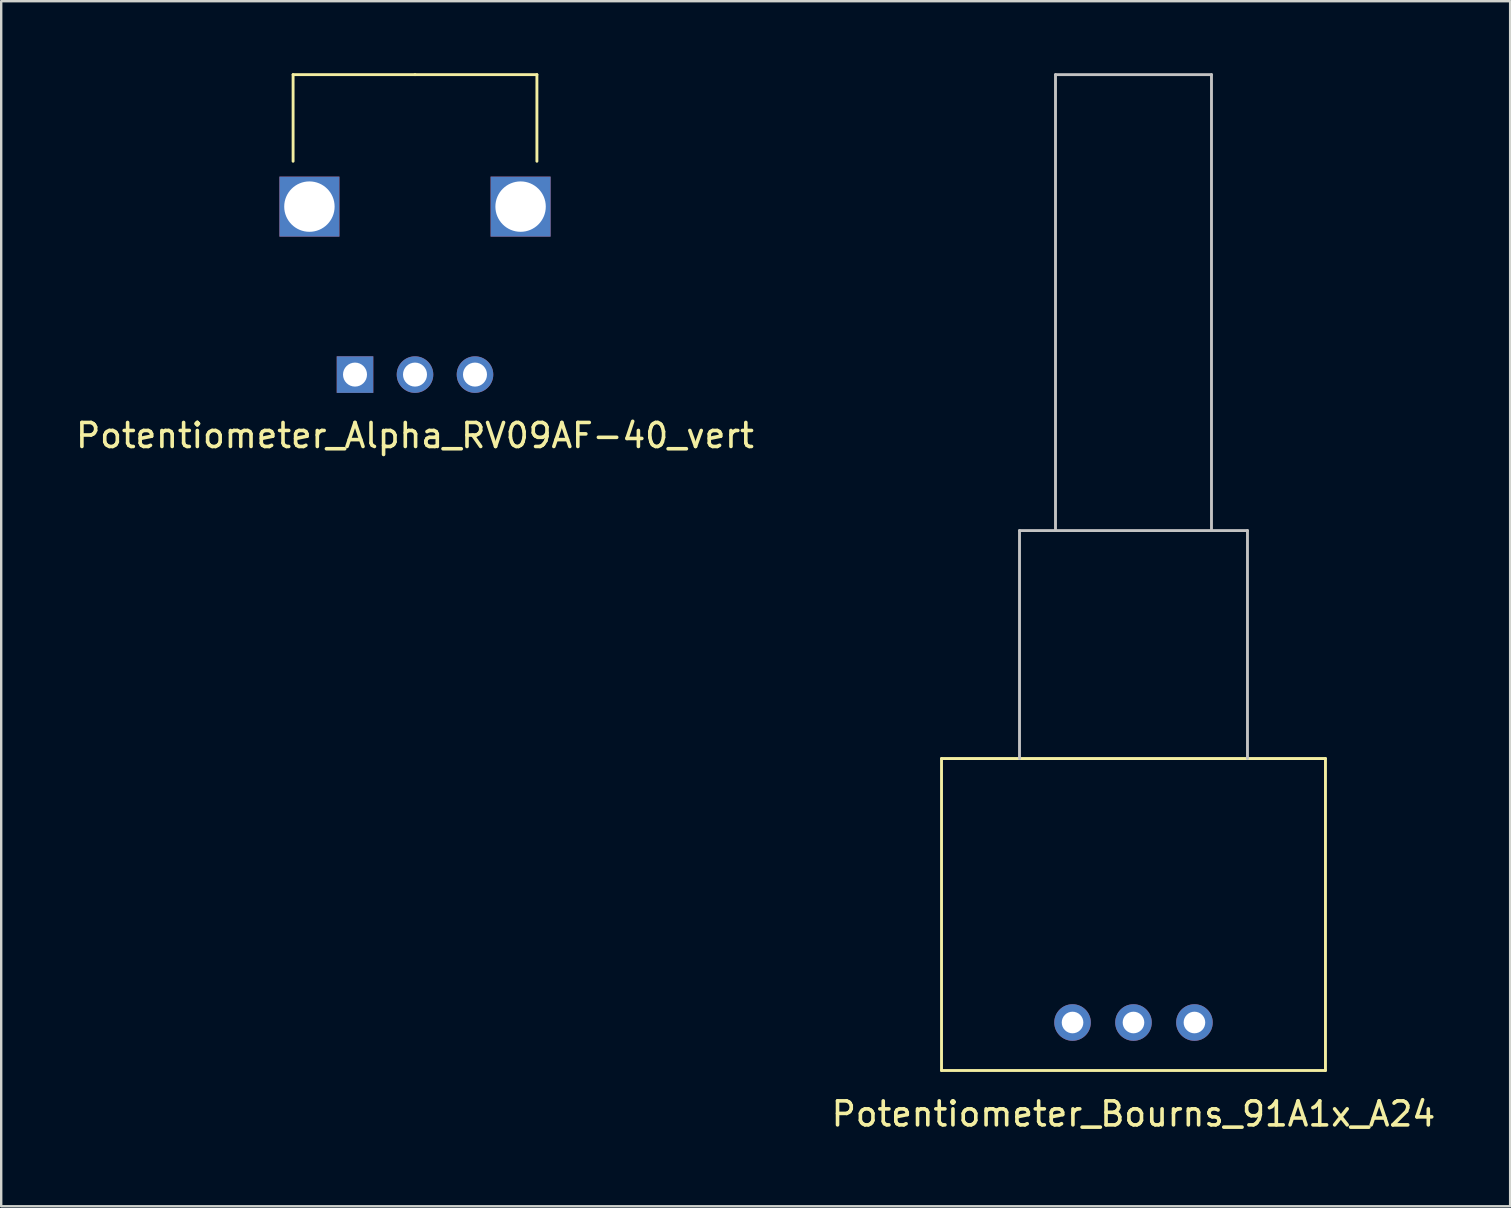
<source format=kicad_pcb>
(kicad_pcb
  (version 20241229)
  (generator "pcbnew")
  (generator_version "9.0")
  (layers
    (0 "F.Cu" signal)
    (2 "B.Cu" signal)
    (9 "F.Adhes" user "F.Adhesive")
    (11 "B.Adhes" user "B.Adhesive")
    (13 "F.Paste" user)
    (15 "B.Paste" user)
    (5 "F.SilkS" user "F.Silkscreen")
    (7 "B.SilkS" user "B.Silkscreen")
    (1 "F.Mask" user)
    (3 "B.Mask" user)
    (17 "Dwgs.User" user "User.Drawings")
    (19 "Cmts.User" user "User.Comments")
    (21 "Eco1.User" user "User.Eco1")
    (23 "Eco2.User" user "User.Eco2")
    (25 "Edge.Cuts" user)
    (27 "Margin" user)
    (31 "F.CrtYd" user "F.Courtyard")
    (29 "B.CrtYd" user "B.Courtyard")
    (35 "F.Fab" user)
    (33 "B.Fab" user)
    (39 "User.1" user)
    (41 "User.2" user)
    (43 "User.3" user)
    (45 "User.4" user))
  (footprint "Potentiometer_Alpha_RV09AF-40_vert"
    (layer "F.Cu")
    (at 14.244 12.56)
    (property "Reference" "Potentiometer_Alpha_RV09AF-40_vert" (at 0 2.54 0) (layer "F.SilkS") (effects (font (size 1 1) (thickness 0.15))))
    (attr through_hole)
    (fp_line (start -5.08 -12.5) (end -5.08 -8.89) (stroke (width 0.12) (type solid)) (layer "F.SilkS"))
    (fp_line (start 0 -12.5) (end -5.08 -12.5) (stroke (width 0.12) (type solid)) (layer "F.SilkS"))
    (fp_line (start 0 -12.5) (end 5.08 -12.5) (stroke (width 0.12) (type solid)) (layer "F.SilkS"))
    (fp_line (start 5.08 -12.5) (end 5.08 -8.89) (stroke (width 0.12) (type solid)) (layer "F.SilkS"))
    (pad "1" thru_hole rect (at -2.5 0) (size 1.524 1.524) (drill 1) (layers "*.Cu" "*.Mask"))
    (pad "2" thru_hole circle (at 0 0) (size 1.524 1.524) (drill 1) (layers "*.Cu" "*.Mask"))
    (pad "3" thru_hole circle (at 2.5 0) (size 1.524 1.524) (drill 1) (layers "*.Cu" "*.Mask"))
    (pad "4" thru_hole rect (at -4.4 -7) (size 2.5 2.5) (drill 2.1) (layers "*.Cu" "*.Mask"))
    (pad "5" thru_hole rect (at 4.4 -7) (size 2.5 2.5) (drill 2.1) (layers "*.Cu" "*.Mask")))
  (footprint "Potentiometer_Bourns_91A1x_A24"
    (layer "F.Cu")
    (at 44.185 39.56)
    (property "Reference" "Potentiometer_Bourns_91A1x_A24" (at 0 3.81 0) (layer "F.SilkS") (effects (font (size 1 1) (thickness 0.15))))
    (attr through_hole)
    (fp_line (start -8 -11) (end -8 2) (stroke (width 0.12) (type solid)) (layer "F.SilkS"))
    (fp_line (start -8 2) (end 8 2) (stroke (width 0.12) (type solid)) (layer "F.SilkS"))
    (fp_line (start 8 -11) (end -8 -11) (stroke (width 0.12) (type solid)) (layer "F.SilkS"))
    (fp_line (start 8 2) (end 8 -11) (stroke (width 0.12) (type solid)) (layer "F.SilkS"))
    (fp_line (start -4.75 -20.5) (end 4.75 -20.5) (stroke (width 0.12) (type solid)) (layer "Dwgs.User"))
    (fp_line (start -4.75 -11) (end -4.75 -20.5) (stroke (width 0.12) (type solid)) (layer "Dwgs.User"))
    (fp_line (start -3.25 -39.5) (end 3.25 -39.5) (stroke (width 0.12) (type solid)) (layer "Dwgs.User"))
    (fp_line (start -3.25 -20.5) (end -3.25 -39.5) (stroke (width 0.12) (type solid)) (layer "Dwgs.User"))
    (fp_line (start 3.25 -39.5) (end 3.25 -20.5) (stroke (width 0.12) (type solid)) (layer "Dwgs.User"))
    (fp_line (start 4.75 -20.5) (end 4.75 -11) (stroke (width 0.12) (type solid)) (layer "Dwgs.User"))
    (pad "1" thru_hole circle (at 0 0) (size 1.524 1.524) (drill 0.9) (layers "*.Cu" "*.Mask"))
    (pad "2" thru_hole circle (at -2.54 0) (size 1.524 1.524) (drill 0.9) (layers "*.Cu" "*.Mask"))
    (pad "3" thru_hole circle (at 2.54 0) (size 1.524 1.524) (drill 0.9) (layers "*.Cu" "*.Mask")))
  (gr_rect
    (start -3 -3)
    (end 59.881 47.218)
    (stroke (width 0.1) (type default))
    (fill no)
    (layer "Edge.Cuts")))
</source>
